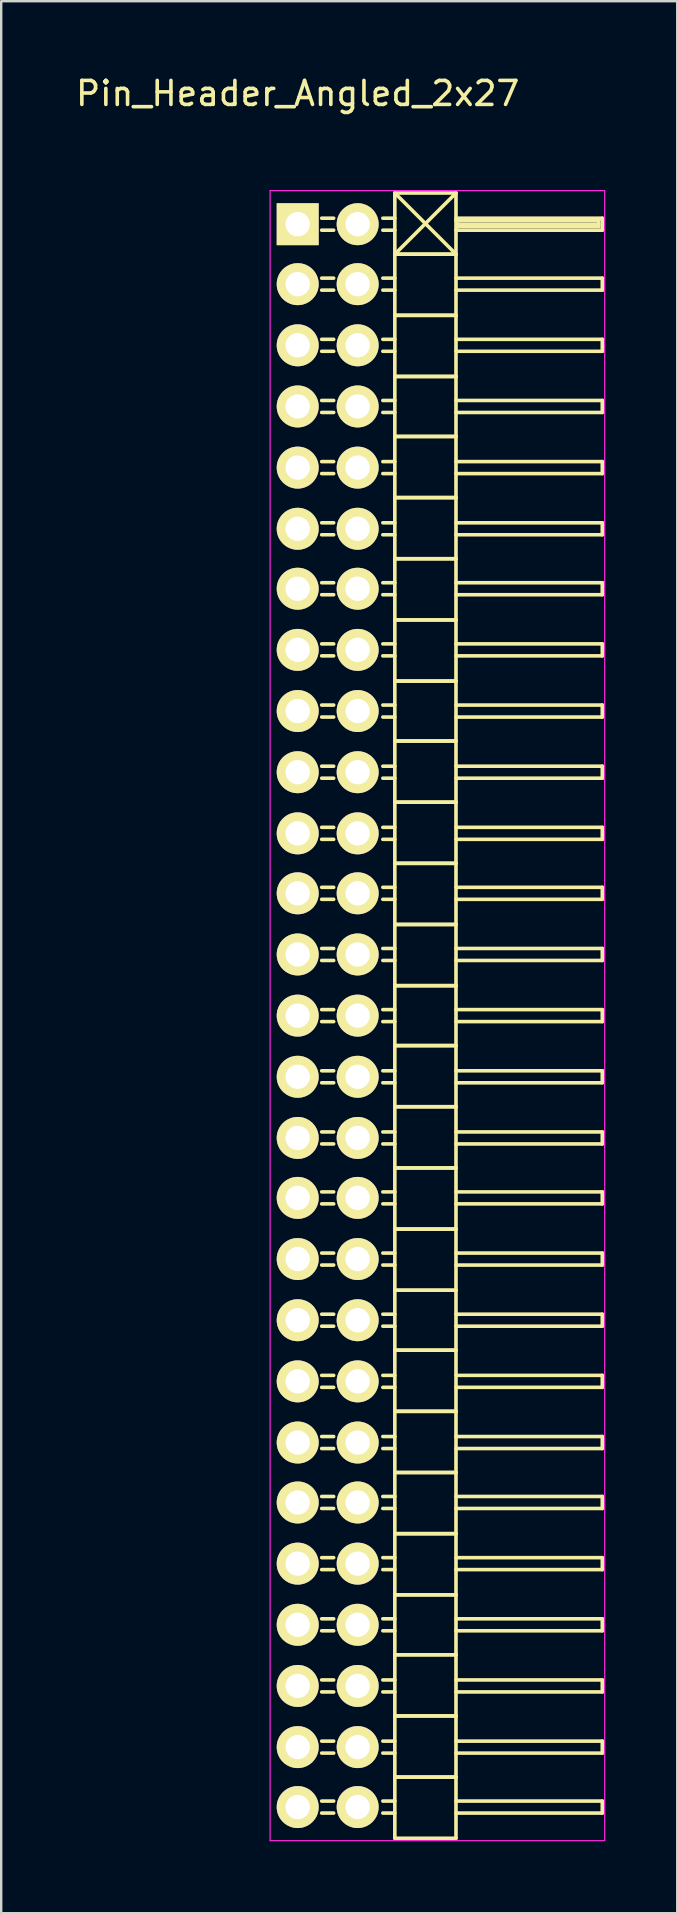
<source format=kicad_pcb>
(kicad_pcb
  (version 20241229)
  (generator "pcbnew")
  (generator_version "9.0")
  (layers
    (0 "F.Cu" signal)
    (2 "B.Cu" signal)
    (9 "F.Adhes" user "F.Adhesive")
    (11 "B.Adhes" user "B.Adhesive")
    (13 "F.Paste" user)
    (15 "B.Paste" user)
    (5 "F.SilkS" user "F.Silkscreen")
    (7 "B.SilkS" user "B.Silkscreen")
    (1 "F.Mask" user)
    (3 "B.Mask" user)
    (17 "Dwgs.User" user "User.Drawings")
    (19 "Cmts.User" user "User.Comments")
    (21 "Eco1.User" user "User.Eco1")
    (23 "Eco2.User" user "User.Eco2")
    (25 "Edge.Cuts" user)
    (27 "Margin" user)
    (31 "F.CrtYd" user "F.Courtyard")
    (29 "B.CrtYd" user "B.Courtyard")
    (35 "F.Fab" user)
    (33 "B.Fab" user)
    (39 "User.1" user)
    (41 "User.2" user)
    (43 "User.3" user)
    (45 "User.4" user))
  (footprint "Pin_Header_Angled_2x27"
    (layer "F.Cu")
    (at 9.363 6.298)
    (property "Reference" "Pin_Header_Angled_2x27" (at 0 -5.45 0) (layer "F.SilkS") (effects (font (size 1 1) (thickness 0.15))))
    (attr through_hole)
    (fp_line (start 1.5 -0.25) (end 1 -0.25) (stroke (width 0.15) (type solid)) (layer "F.SilkS"))
    (fp_line (start 1.5 0.25) (end 1 0.25) (stroke (width 0.15) (type solid)) (layer "F.SilkS"))
    (fp_line (start 1.5 2.25) (end 1 2.25) (stroke (width 0.15) (type solid)) (layer "F.SilkS"))
    (fp_line (start 1.5 2.75) (end 1 2.75) (stroke (width 0.15) (type solid)) (layer "F.SilkS"))
    (fp_line (start 1.5 4.8) (end 1 4.8) (stroke (width 0.15) (type solid)) (layer "F.SilkS"))
    (fp_line (start 1.5 5.3) (end 1 5.3) (stroke (width 0.15) (type solid)) (layer "F.SilkS"))
    (fp_line (start 1.5 7.35) (end 1 7.35) (stroke (width 0.15) (type solid)) (layer "F.SilkS"))
    (fp_line (start 1.5 7.85) (end 1 7.85) (stroke (width 0.15) (type solid)) (layer "F.SilkS"))
    (fp_line (start 1.5 9.9) (end 1 9.9) (stroke (width 0.15) (type solid)) (layer "F.SilkS"))
    (fp_line (start 1.5 10.4) (end 1 10.4) (stroke (width 0.15) (type solid)) (layer "F.SilkS"))
    (fp_line (start 1.5 12.45) (end 1 12.45) (stroke (width 0.15) (type solid)) (layer "F.SilkS"))
    (fp_line (start 1.5 12.95) (end 1 12.95) (stroke (width 0.15) (type solid)) (layer "F.SilkS"))
    (fp_line (start 1.5 14.95) (end 1 14.95) (stroke (width 0.15) (type solid)) (layer "F.SilkS"))
    (fp_line (start 1.5 15.45) (end 1 15.45) (stroke (width 0.15) (type solid)) (layer "F.SilkS"))
    (fp_line (start 1.5 17.5) (end 1 17.5) (stroke (width 0.15) (type solid)) (layer "F.SilkS"))
    (fp_line (start 1.5 18) (end 1 18) (stroke (width 0.15) (type solid)) (layer "F.SilkS"))
    (fp_line (start 1.5 20.05) (end 1 20.05) (stroke (width 0.15) (type solid)) (layer "F.SilkS"))
    (fp_line (start 1.5 20.55) (end 1 20.55) (stroke (width 0.15) (type solid)) (layer "F.SilkS"))
    (fp_line (start 1.5 22.6) (end 1 22.6) (stroke (width 0.15) (type solid)) (layer "F.SilkS"))
    (fp_line (start 1.5 23.1) (end 1 23.1) (stroke (width 0.15) (type solid)) (layer "F.SilkS"))
    (fp_line (start 1.5 25.15) (end 1 25.15) (stroke (width 0.15) (type solid)) (layer "F.SilkS"))
    (fp_line (start 1.5 25.65) (end 1 25.65) (stroke (width 0.15) (type solid)) (layer "F.SilkS"))
    (fp_line (start 1.5 27.65) (end 1 27.65) (stroke (width 0.15) (type solid)) (layer "F.SilkS"))
    (fp_line (start 1.5 28.15) (end 1 28.15) (stroke (width 0.15) (type solid)) (layer "F.SilkS"))
    (fp_line (start 1.5 30.2) (end 1 30.2) (stroke (width 0.15) (type solid)) (layer "F.SilkS"))
    (fp_line (start 1.5 30.7) (end 1 30.7) (stroke (width 0.15) (type solid)) (layer "F.SilkS"))
    (fp_line (start 1.5 32.75) (end 1 32.75) (stroke (width 0.15) (type solid)) (layer "F.SilkS"))
    (fp_line (start 1.5 33.25) (end 1 33.25) (stroke (width 0.15) (type solid)) (layer "F.SilkS"))
    (fp_line (start 1.5 35.3) (end 1 35.3) (stroke (width 0.15) (type solid)) (layer "F.SilkS"))
    (fp_line (start 1.5 35.8) (end 1 35.8) (stroke (width 0.15) (type solid)) (layer "F.SilkS"))
    (fp_line (start 1.5 37.85) (end 1 37.85) (stroke (width 0.15) (type solid)) (layer "F.SilkS"))
    (fp_line (start 1.5 38.35) (end 1 38.35) (stroke (width 0.15) (type solid)) (layer "F.SilkS"))
    (fp_line (start 1.5 40.35) (end 1 40.35) (stroke (width 0.15) (type solid)) (layer "F.SilkS"))
    (fp_line (start 1.5 40.85) (end 1 40.85) (stroke (width 0.15) (type solid)) (layer "F.SilkS"))
    (fp_line (start 1.5 42.9) (end 1 42.9) (stroke (width 0.15) (type solid)) (layer "F.SilkS"))
    (fp_line (start 1.5 43.4) (end 1 43.4) (stroke (width 0.15) (type solid)) (layer "F.SilkS"))
    (fp_line (start 1.5 45.45) (end 1 45.45) (stroke (width 0.15) (type solid)) (layer "F.SilkS"))
    (fp_line (start 1.5 45.95) (end 1 45.95) (stroke (width 0.15) (type solid)) (layer "F.SilkS"))
    (fp_line (start 1.5 48) (end 1 48) (stroke (width 0.15) (type solid)) (layer "F.SilkS"))
    (fp_line (start 1.5 48.5) (end 1 48.5) (stroke (width 0.15) (type solid)) (layer "F.SilkS"))
    (fp_line (start 1.5 50.55) (end 1 50.55) (stroke (width 0.15) (type solid)) (layer "F.SilkS"))
    (fp_line (start 1.5 51.05) (end 1 51.05) (stroke (width 0.15) (type solid)) (layer "F.SilkS"))
    (fp_line (start 1.5 53.05) (end 1 53.05) (stroke (width 0.15) (type solid)) (layer "F.SilkS"))
    (fp_line (start 1.5 53.55) (end 1 53.55) (stroke (width 0.15) (type solid)) (layer "F.SilkS"))
    (fp_line (start 1.5 55.6) (end 1 55.6) (stroke (width 0.15) (type solid)) (layer "F.SilkS"))
    (fp_line (start 1.5 56.1) (end 1 56.1) (stroke (width 0.15) (type solid)) (layer "F.SilkS"))
    (fp_line (start 1.5 58.15) (end 1 58.15) (stroke (width 0.15) (type solid)) (layer "F.SilkS"))
    (fp_line (start 1.5 58.65) (end 1 58.65) (stroke (width 0.15) (type solid)) (layer "F.SilkS"))
    (fp_line (start 1.5 60.7) (end 1 60.7) (stroke (width 0.15) (type solid)) (layer "F.SilkS"))
    (fp_line (start 1.5 61.2) (end 1 61.2) (stroke (width 0.15) (type solid)) (layer "F.SilkS"))
    (fp_line (start 1.5 63.25) (end 1 63.25) (stroke (width 0.15) (type solid)) (layer "F.SilkS"))
    (fp_line (start 1.5 63.75) (end 1 63.75) (stroke (width 0.15) (type solid)) (layer "F.SilkS"))
    (fp_line (start 1.5 65.75) (end 1 65.75) (stroke (width 0.15) (type solid)) (layer "F.SilkS"))
    (fp_line (start 1.5 66.25) (end 1 66.25) (stroke (width 0.15) (type solid)) (layer "F.SilkS"))
    (fp_line (start 4.05 -1.3) (end 4.05 1.25) (stroke (width 0.15) (type solid)) (layer "F.SilkS"))
    (fp_line (start 4.05 -1.3) (end 6.6 -1.3) (stroke (width 0.15) (type solid)) (layer "F.SilkS"))
    (fp_line (start 4.05 -1.3) (end 6.6 1.25) (stroke (width 0.15) (type solid)) (layer "F.SilkS"))
    (fp_line (start 4.05 -0.25) (end 3.55 -0.25) (stroke (width 0.15) (type solid)) (layer "F.SilkS"))
    (fp_line (start 4.05 0.25) (end 3.55 0.25) (stroke (width 0.15) (type solid)) (layer "F.SilkS"))
    (fp_line (start 4.05 1.25) (end 4.05 3.8) (stroke (width 0.15) (type solid)) (layer "F.SilkS"))
    (fp_line (start 4.05 1.25) (end 6.6 1.25) (stroke (width 0.15) (type solid)) (layer "F.SilkS"))
    (fp_line (start 4.05 1.25) (end 6.6 1.25) (stroke (width 0.15) (type solid)) (layer "F.SilkS"))
    (fp_line (start 4.05 2.25) (end 3.55 2.25) (stroke (width 0.15) (type solid)) (layer "F.SilkS"))
    (fp_line (start 4.05 2.75) (end 3.55 2.75) (stroke (width 0.15) (type solid)) (layer "F.SilkS"))
    (fp_line (start 4.05 3.8) (end 4.05 6.35) (stroke (width 0.15) (type solid)) (layer "F.SilkS"))
    (fp_line (start 4.05 3.8) (end 6.6 3.8) (stroke (width 0.15) (type solid)) (layer "F.SilkS"))
    (fp_line (start 4.05 3.8) (end 6.6 3.8) (stroke (width 0.15) (type solid)) (layer "F.SilkS"))
    (fp_line (start 4.05 4.8) (end 3.55 4.8) (stroke (width 0.15) (type solid)) (layer "F.SilkS"))
    (fp_line (start 4.05 5.3) (end 3.55 5.3) (stroke (width 0.15) (type solid)) (layer "F.SilkS"))
    (fp_line (start 4.05 6.35) (end 4.05 8.85) (stroke (width 0.15) (type solid)) (layer "F.SilkS"))
    (fp_line (start 4.05 6.35) (end 6.6 6.35) (stroke (width 0.15) (type solid)) (layer "F.SilkS"))
    (fp_line (start 4.05 6.35) (end 6.6 6.35) (stroke (width 0.15) (type solid)) (layer "F.SilkS"))
    (fp_line (start 4.05 7.35) (end 3.55 7.35) (stroke (width 0.15) (type solid)) (layer "F.SilkS"))
    (fp_line (start 4.05 7.85) (end 3.55 7.85) (stroke (width 0.15) (type solid)) (layer "F.SilkS"))
    (fp_line (start 4.05 8.85) (end 4.05 11.4) (stroke (width 0.15) (type solid)) (layer "F.SilkS"))
    (fp_line (start 4.05 8.85) (end 6.6 8.85) (stroke (width 0.15) (type solid)) (layer "F.SilkS"))
    (fp_line (start 4.05 8.85) (end 6.6 8.85) (stroke (width 0.15) (type solid)) (layer "F.SilkS"))
    (fp_line (start 4.05 9.9) (end 3.55 9.9) (stroke (width 0.15) (type solid)) (layer "F.SilkS"))
    (fp_line (start 4.05 10.4) (end 3.55 10.4) (stroke (width 0.15) (type solid)) (layer "F.SilkS"))
    (fp_line (start 4.05 11.4) (end 4.05 13.95) (stroke (width 0.15) (type solid)) (layer "F.SilkS"))
    (fp_line (start 4.05 11.4) (end 6.6 11.4) (stroke (width 0.15) (type solid)) (layer "F.SilkS"))
    (fp_line (start 4.05 11.4) (end 6.6 11.4) (stroke (width 0.15) (type solid)) (layer "F.SilkS"))
    (fp_line (start 4.05 12.45) (end 3.55 12.45) (stroke (width 0.15) (type solid)) (layer "F.SilkS"))
    (fp_line (start 4.05 12.95) (end 3.55 12.95) (stroke (width 0.15) (type solid)) (layer "F.SilkS"))
    (fp_line (start 4.05 13.95) (end 4.05 16.5) (stroke (width 0.15) (type solid)) (layer "F.SilkS"))
    (fp_line (start 4.05 13.95) (end 6.6 13.95) (stroke (width 0.15) (type solid)) (layer "F.SilkS"))
    (fp_line (start 4.05 13.95) (end 6.6 13.95) (stroke (width 0.15) (type solid)) (layer "F.SilkS"))
    (fp_line (start 4.05 14.95) (end 3.55 14.95) (stroke (width 0.15) (type solid)) (layer "F.SilkS"))
    (fp_line (start 4.05 15.45) (end 3.55 15.45) (stroke (width 0.15) (type solid)) (layer "F.SilkS"))
    (fp_line (start 4.05 16.5) (end 4.05 19.05) (stroke (width 0.15) (type solid)) (layer "F.SilkS"))
    (fp_line (start 4.05 16.5) (end 6.6 16.5) (stroke (width 0.15) (type solid)) (layer "F.SilkS"))
    (fp_line (start 4.05 16.5) (end 6.6 16.5) (stroke (width 0.15) (type solid)) (layer "F.SilkS"))
    (fp_line (start 4.05 17.5) (end 3.55 17.5) (stroke (width 0.15) (type solid)) (layer "F.SilkS"))
    (fp_line (start 4.05 18) (end 3.55 18) (stroke (width 0.15) (type solid)) (layer "F.SilkS"))
    (fp_line (start 4.05 19.05) (end 4.05 21.55) (stroke (width 0.15) (type solid)) (layer "F.SilkS"))
    (fp_line (start 4.05 19.05) (end 6.6 19.05) (stroke (width 0.15) (type solid)) (layer "F.SilkS"))
    (fp_line (start 4.05 19.05) (end 6.6 19.05) (stroke (width 0.15) (type solid)) (layer "F.SilkS"))
    (fp_line (start 4.05 20.05) (end 3.55 20.05) (stroke (width 0.15) (type solid)) (layer "F.SilkS"))
    (fp_line (start 4.05 20.55) (end 3.55 20.55) (stroke (width 0.15) (type solid)) (layer "F.SilkS"))
    (fp_line (start 4.05 21.55) (end 4.05 24.1) (stroke (width 0.15) (type solid)) (layer "F.SilkS"))
    (fp_line (start 4.05 21.55) (end 6.6 21.55) (stroke (width 0.15) (type solid)) (layer "F.SilkS"))
    (fp_line (start 4.05 21.55) (end 6.6 21.55) (stroke (width 0.15) (type solid)) (layer "F.SilkS"))
    (fp_line (start 4.05 22.6) (end 3.55 22.6) (stroke (width 0.15) (type solid)) (layer "F.SilkS"))
    (fp_line (start 4.05 23.1) (end 3.55 23.1) (stroke (width 0.15) (type solid)) (layer "F.SilkS"))
    (fp_line (start 4.05 24.1) (end 4.05 26.65) (stroke (width 0.15) (type solid)) (layer "F.SilkS"))
    (fp_line (start 4.05 24.1) (end 6.6 24.1) (stroke (width 0.15) (type solid)) (layer "F.SilkS"))
    (fp_line (start 4.05 24.1) (end 6.6 24.1) (stroke (width 0.15) (type solid)) (layer "F.SilkS"))
    (fp_line (start 4.05 25.15) (end 3.55 25.15) (stroke (width 0.15) (type solid)) (layer "F.SilkS"))
    (fp_line (start 4.05 25.65) (end 3.55 25.65) (stroke (width 0.15) (type solid)) (layer "F.SilkS"))
    (fp_line (start 4.05 26.65) (end 4.05 29.2) (stroke (width 0.15) (type solid)) (layer "F.SilkS"))
    (fp_line (start 4.05 26.65) (end 6.6 26.65) (stroke (width 0.15) (type solid)) (layer "F.SilkS"))
    (fp_line (start 4.05 26.65) (end 6.6 26.65) (stroke (width 0.15) (type solid)) (layer "F.SilkS"))
    (fp_line (start 4.05 27.65) (end 3.55 27.65) (stroke (width 0.15) (type solid)) (layer "F.SilkS"))
    (fp_line (start 4.05 28.15) (end 3.55 28.15) (stroke (width 0.15) (type solid)) (layer "F.SilkS"))
    (fp_line (start 4.05 29.2) (end 4.05 31.75) (stroke (width 0.15) (type solid)) (layer "F.SilkS"))
    (fp_line (start 4.05 29.2) (end 6.6 29.2) (stroke (width 0.15) (type solid)) (layer "F.SilkS"))
    (fp_line (start 4.05 29.2) (end 6.6 29.2) (stroke (width 0.15) (type solid)) (layer "F.SilkS"))
    (fp_line (start 4.05 30.2) (end 3.55 30.2) (stroke (width 0.15) (type solid)) (layer "F.SilkS"))
    (fp_line (start 4.05 30.7) (end 3.55 30.7) (stroke (width 0.15) (type solid)) (layer "F.SilkS"))
    (fp_line (start 4.05 31.75) (end 4.05 34.25) (stroke (width 0.15) (type solid)) (layer "F.SilkS"))
    (fp_line (start 4.05 31.75) (end 6.6 31.75) (stroke (width 0.15) (type solid)) (layer "F.SilkS"))
    (fp_line (start 4.05 31.75) (end 6.6 31.75) (stroke (width 0.15) (type solid)) (layer "F.SilkS"))
    (fp_line (start 4.05 32.75) (end 3.55 32.75) (stroke (width 0.15) (type solid)) (layer "F.SilkS"))
    (fp_line (start 4.05 33.25) (end 3.55 33.25) (stroke (width 0.15) (type solid)) (layer "F.SilkS"))
    (fp_line (start 4.05 34.25) (end 4.05 36.8) (stroke (width 0.15) (type solid)) (layer "F.SilkS"))
    (fp_line (start 4.05 34.25) (end 6.6 34.25) (stroke (width 0.15) (type solid)) (layer "F.SilkS"))
    (fp_line (start 4.05 34.25) (end 6.6 34.25) (stroke (width 0.15) (type solid)) (layer "F.SilkS"))
    (fp_line (start 4.05 35.3) (end 3.55 35.3) (stroke (width 0.15) (type solid)) (layer "F.SilkS"))
    (fp_line (start 4.05 35.8) (end 3.55 35.8) (stroke (width 0.15) (type solid)) (layer "F.SilkS"))
    (fp_line (start 4.05 36.8) (end 4.05 39.35) (stroke (width 0.15) (type solid)) (layer "F.SilkS"))
    (fp_line (start 4.05 36.8) (end 6.6 36.8) (stroke (width 0.15) (type solid)) (layer "F.SilkS"))
    (fp_line (start 4.05 36.8) (end 6.6 36.8) (stroke (width 0.15) (type solid)) (layer "F.SilkS"))
    (fp_line (start 4.05 37.85) (end 3.55 37.85) (stroke (width 0.15) (type solid)) (layer "F.SilkS"))
    (fp_line (start 4.05 38.35) (end 3.55 38.35) (stroke (width 0.15) (type solid)) (layer "F.SilkS"))
    (fp_line (start 4.05 39.35) (end 4.05 41.9) (stroke (width 0.15) (type solid)) (layer "F.SilkS"))
    (fp_line (start 4.05 39.35) (end 6.6 39.35) (stroke (width 0.15) (type solid)) (layer "F.SilkS"))
    (fp_line (start 4.05 39.35) (end 6.6 39.35) (stroke (width 0.15) (type solid)) (layer "F.SilkS"))
    (fp_line (start 4.05 40.35) (end 3.55 40.35) (stroke (width 0.15) (type solid)) (layer "F.SilkS"))
    (fp_line (start 4.05 40.85) (end 3.55 40.85) (stroke (width 0.15) (type solid)) (layer "F.SilkS"))
    (fp_line (start 4.05 41.9) (end 4.05 44.45) (stroke (width 0.15) (type solid)) (layer "F.SilkS"))
    (fp_line (start 4.05 41.9) (end 6.6 41.9) (stroke (width 0.15) (type solid)) (layer "F.SilkS"))
    (fp_line (start 4.05 41.9) (end 6.6 41.9) (stroke (width 0.15) (type solid)) (layer "F.SilkS"))
    (fp_line (start 4.05 42.9) (end 3.55 42.9) (stroke (width 0.15) (type solid)) (layer "F.SilkS"))
    (fp_line (start 4.05 43.4) (end 3.55 43.4) (stroke (width 0.15) (type solid)) (layer "F.SilkS"))
    (fp_line (start 4.05 44.45) (end 4.05 46.95) (stroke (width 0.15) (type solid)) (layer "F.SilkS"))
    (fp_line (start 4.05 44.45) (end 6.6 44.45) (stroke (width 0.15) (type solid)) (layer "F.SilkS"))
    (fp_line (start 4.05 44.45) (end 6.6 44.45) (stroke (width 0.15) (type solid)) (layer "F.SilkS"))
    (fp_line (start 4.05 45.45) (end 3.55 45.45) (stroke (width 0.15) (type solid)) (layer "F.SilkS"))
    (fp_line (start 4.05 45.95) (end 3.55 45.95) (stroke (width 0.15) (type solid)) (layer "F.SilkS"))
    (fp_line (start 4.05 46.95) (end 4.05 49.5) (stroke (width 0.15) (type solid)) (layer "F.SilkS"))
    (fp_line (start 4.05 46.95) (end 6.6 46.95) (stroke (width 0.15) (type solid)) (layer "F.SilkS"))
    (fp_line (start 4.05 46.95) (end 6.6 46.95) (stroke (width 0.15) (type solid)) (layer "F.SilkS"))
    (fp_line (start 4.05 48) (end 3.55 48) (stroke (width 0.15) (type solid)) (layer "F.SilkS"))
    (fp_line (start 4.05 48.5) (end 3.55 48.5) (stroke (width 0.15) (type solid)) (layer "F.SilkS"))
    (fp_line (start 4.05 49.5) (end 4.05 52.05) (stroke (width 0.15) (type solid)) (layer "F.SilkS"))
    (fp_line (start 4.05 49.5) (end 6.6 49.5) (stroke (width 0.15) (type solid)) (layer "F.SilkS"))
    (fp_line (start 4.05 49.5) (end 6.6 49.5) (stroke (width 0.15) (type solid)) (layer "F.SilkS"))
    (fp_line (start 4.05 50.55) (end 3.55 50.55) (stroke (width 0.15) (type solid)) (layer "F.SilkS"))
    (fp_line (start 4.05 51.05) (end 3.55 51.05) (stroke (width 0.15) (type solid)) (layer "F.SilkS"))
    (fp_line (start 4.05 52.05) (end 4.05 54.6) (stroke (width 0.15) (type solid)) (layer "F.SilkS"))
    (fp_line (start 4.05 52.05) (end 6.6 52.05) (stroke (width 0.15) (type solid)) (layer "F.SilkS"))
    (fp_line (start 4.05 52.05) (end 6.6 52.05) (stroke (width 0.15) (type solid)) (layer "F.SilkS"))
    (fp_line (start 4.05 53.05) (end 3.55 53.05) (stroke (width 0.15) (type solid)) (layer "F.SilkS"))
    (fp_line (start 4.05 53.55) (end 3.55 53.55) (stroke (width 0.15) (type solid)) (layer "F.SilkS"))
    (fp_line (start 4.05 54.6) (end 4.05 57.15) (stroke (width 0.15) (type solid)) (layer "F.SilkS"))
    (fp_line (start 4.05 54.6) (end 6.6 54.6) (stroke (width 0.15) (type solid)) (layer "F.SilkS"))
    (fp_line (start 4.05 54.6) (end 6.6 54.6) (stroke (width 0.15) (type solid)) (layer "F.SilkS"))
    (fp_line (start 4.05 55.6) (end 3.55 55.6) (stroke (width 0.15) (type solid)) (layer "F.SilkS"))
    (fp_line (start 4.05 56.1) (end 3.55 56.1) (stroke (width 0.15) (type solid)) (layer "F.SilkS"))
    (fp_line (start 4.05 57.15) (end 4.05 59.65) (stroke (width 0.15) (type solid)) (layer "F.SilkS"))
    (fp_line (start 4.05 57.15) (end 6.6 57.15) (stroke (width 0.15) (type solid)) (layer "F.SilkS"))
    (fp_line (start 4.05 57.15) (end 6.6 57.15) (stroke (width 0.15) (type solid)) (layer "F.SilkS"))
    (fp_line (start 4.05 58.15) (end 3.55 58.15) (stroke (width 0.15) (type solid)) (layer "F.SilkS"))
    (fp_line (start 4.05 58.65) (end 3.55 58.65) (stroke (width 0.15) (type solid)) (layer "F.SilkS"))
    (fp_line (start 4.05 59.65) (end 4.05 62.2) (stroke (width 0.15) (type solid)) (layer "F.SilkS"))
    (fp_line (start 4.05 59.65) (end 6.6 59.65) (stroke (width 0.15) (type solid)) (layer "F.SilkS"))
    (fp_line (start 4.05 59.65) (end 6.6 59.65) (stroke (width 0.15) (type solid)) (layer "F.SilkS"))
    (fp_line (start 4.05 60.7) (end 3.55 60.7) (stroke (width 0.15) (type solid)) (layer "F.SilkS"))
    (fp_line (start 4.05 61.2) (end 3.55 61.2) (stroke (width 0.15) (type solid)) (layer "F.SilkS"))
    (fp_line (start 4.05 62.2) (end 4.05 64.75) (stroke (width 0.15) (type solid)) (layer "F.SilkS"))
    (fp_line (start 4.05 62.2) (end 6.6 62.2) (stroke (width 0.15) (type solid)) (layer "F.SilkS"))
    (fp_line (start 4.05 62.2) (end 6.6 62.2) (stroke (width 0.15) (type solid)) (layer "F.SilkS"))
    (fp_line (start 4.05 63.25) (end 3.55 63.25) (stroke (width 0.15) (type solid)) (layer "F.SilkS"))
    (fp_line (start 4.05 63.75) (end 3.55 63.75) (stroke (width 0.15) (type solid)) (layer "F.SilkS"))
    (fp_line (start 4.05 64.75) (end 4.05 67.3) (stroke (width 0.15) (type solid)) (layer "F.SilkS"))
    (fp_line (start 4.05 64.75) (end 6.6 64.75) (stroke (width 0.15) (type solid)) (layer "F.SilkS"))
    (fp_line (start 4.05 64.75) (end 6.6 64.75) (stroke (width 0.15) (type solid)) (layer "F.SilkS"))
    (fp_line (start 4.05 65.75) (end 3.55 65.75) (stroke (width 0.15) (type solid)) (layer "F.SilkS"))
    (fp_line (start 4.05 66.25) (end 3.55 66.25) (stroke (width 0.15) (type solid)) (layer "F.SilkS"))
    (fp_line (start 4.05 67.3) (end 6.6 67.3) (stroke (width 0.15) (type solid)) (layer "F.SilkS"))
    (fp_line (start 6.6 -1.3) (end 4.05 1.25) (stroke (width 0.15) (type solid)) (layer "F.SilkS"))
    (fp_line (start 6.6 -0.25) (end 12.7 -0.25) (stroke (width 0.15) (type solid)) (layer "F.SilkS"))
    (fp_line (start 6.6 -0.15) (end 12.55 -0.15) (stroke (width 0.15) (type solid)) (layer "F.SilkS"))
    (fp_line (start 6.6 1.25) (end 6.6 -1.3) (stroke (width 0.15) (type solid)) (layer "F.SilkS"))
    (fp_line (start 6.6 2.25) (end 12.7 2.25) (stroke (width 0.15) (type solid)) (layer "F.SilkS"))
    (fp_line (start 6.6 3.8) (end 6.6 1.25) (stroke (width 0.15) (type solid)) (layer "F.SilkS"))
    (fp_line (start 6.6 4.8) (end 12.7 4.8) (stroke (width 0.15) (type solid)) (layer "F.SilkS"))
    (fp_line (start 6.6 6.35) (end 6.6 3.8) (stroke (width 0.15) (type solid)) (layer "F.SilkS"))
    (fp_line (start 6.6 7.35) (end 12.7 7.35) (stroke (width 0.15) (type solid)) (layer "F.SilkS"))
    (fp_line (start 6.6 8.85) (end 6.6 6.35) (stroke (width 0.15) (type solid)) (layer "F.SilkS"))
    (fp_line (start 6.6 9.9) (end 12.7 9.9) (stroke (width 0.15) (type solid)) (layer "F.SilkS"))
    (fp_line (start 6.6 11.4) (end 6.6 8.85) (stroke (width 0.15) (type solid)) (layer "F.SilkS"))
    (fp_line (start 6.6 12.45) (end 12.7 12.45) (stroke (width 0.15) (type solid)) (layer "F.SilkS"))
    (fp_line (start 6.6 13.95) (end 6.6 11.4) (stroke (width 0.15) (type solid)) (layer "F.SilkS"))
    (fp_line (start 6.6 14.95) (end 12.7 14.95) (stroke (width 0.15) (type solid)) (layer "F.SilkS"))
    (fp_line (start 6.6 16.5) (end 6.6 13.95) (stroke (width 0.15) (type solid)) (layer "F.SilkS"))
    (fp_line (start 6.6 17.5) (end 12.7 17.5) (stroke (width 0.15) (type solid)) (layer "F.SilkS"))
    (fp_line (start 6.6 19.05) (end 6.6 16.5) (stroke (width 0.15) (type solid)) (layer "F.SilkS"))
    (fp_line (start 6.6 20.05) (end 12.7 20.05) (stroke (width 0.15) (type solid)) (layer "F.SilkS"))
    (fp_line (start 6.6 21.55) (end 6.6 19.05) (stroke (width 0.15) (type solid)) (layer "F.SilkS"))
    (fp_line (start 6.6 22.6) (end 12.7 22.6) (stroke (width 0.15) (type solid)) (layer "F.SilkS"))
    (fp_line (start 6.6 24.1) (end 6.6 21.55) (stroke (width 0.15) (type solid)) (layer "F.SilkS"))
    (fp_line (start 6.6 25.15) (end 12.7 25.15) (stroke (width 0.15) (type solid)) (layer "F.SilkS"))
    (fp_line (start 6.6 26.65) (end 6.6 24.1) (stroke (width 0.15) (type solid)) (layer "F.SilkS"))
    (fp_line (start 6.6 27.65) (end 12.7 27.65) (stroke (width 0.15) (type solid)) (layer "F.SilkS"))
    (fp_line (start 6.6 29.2) (end 6.6 26.65) (stroke (width 0.15) (type solid)) (layer "F.SilkS"))
    (fp_line (start 6.6 30.2) (end 12.7 30.2) (stroke (width 0.15) (type solid)) (layer "F.SilkS"))
    (fp_line (start 6.6 31.75) (end 6.6 29.2) (stroke (width 0.15) (type solid)) (layer "F.SilkS"))
    (fp_line (start 6.6 32.75) (end 12.7 32.75) (stroke (width 0.15) (type solid)) (layer "F.SilkS"))
    (fp_line (start 6.6 34.25) (end 6.6 31.75) (stroke (width 0.15) (type solid)) (layer "F.SilkS"))
    (fp_line (start 6.6 35.3) (end 12.7 35.3) (stroke (width 0.15) (type solid)) (layer "F.SilkS"))
    (fp_line (start 6.6 36.8) (end 6.6 34.25) (stroke (width 0.15) (type solid)) (layer "F.SilkS"))
    (fp_line (start 6.6 37.85) (end 12.7 37.85) (stroke (width 0.15) (type solid)) (layer "F.SilkS"))
    (fp_line (start 6.6 39.35) (end 6.6 36.8) (stroke (width 0.15) (type solid)) (layer "F.SilkS"))
    (fp_line (start 6.6 40.35) (end 12.7 40.35) (stroke (width 0.15) (type solid)) (layer "F.SilkS"))
    (fp_line (start 6.6 41.9) (end 6.6 39.35) (stroke (width 0.15) (type solid)) (layer "F.SilkS"))
    (fp_line (start 6.6 42.9) (end 12.7 42.9) (stroke (width 0.15) (type solid)) (layer "F.SilkS"))
    (fp_line (start 6.6 44.45) (end 6.6 41.9) (stroke (width 0.15) (type solid)) (layer "F.SilkS"))
    (fp_line (start 6.6 45.45) (end 12.7 45.45) (stroke (width 0.15) (type solid)) (layer "F.SilkS"))
    (fp_line (start 6.6 46.95) (end 6.6 44.45) (stroke (width 0.15) (type solid)) (layer "F.SilkS"))
    (fp_line (start 6.6 48) (end 12.7 48) (stroke (width 0.15) (type solid)) (layer "F.SilkS"))
    (fp_line (start 6.6 49.5) (end 6.6 46.95) (stroke (width 0.15) (type solid)) (layer "F.SilkS"))
    (fp_line (start 6.6 50.55) (end 12.7 50.55) (stroke (width 0.15) (type solid)) (layer "F.SilkS"))
    (fp_line (start 6.6 52.05) (end 6.6 49.5) (stroke (width 0.15) (type solid)) (layer "F.SilkS"))
    (fp_line (start 6.6 53.05) (end 12.7 53.05) (stroke (width 0.15) (type solid)) (layer "F.SilkS"))
    (fp_line (start 6.6 54.6) (end 6.6 52.05) (stroke (width 0.15) (type solid)) (layer "F.SilkS"))
    (fp_line (start 6.6 55.6) (end 12.7 55.6) (stroke (width 0.15) (type solid)) (layer "F.SilkS"))
    (fp_line (start 6.6 57.15) (end 6.6 54.6) (stroke (width 0.15) (type solid)) (layer "F.SilkS"))
    (fp_line (start 6.6 58.15) (end 12.7 58.15) (stroke (width 0.15) (type solid)) (layer "F.SilkS"))
    (fp_line (start 6.6 59.65) (end 6.6 57.15) (stroke (width 0.15) (type solid)) (layer "F.SilkS"))
    (fp_line (start 6.6 60.7) (end 12.7 60.7) (stroke (width 0.15) (type solid)) (layer "F.SilkS"))
    (fp_line (start 6.6 62.2) (end 6.6 59.65) (stroke (width 0.15) (type solid)) (layer "F.SilkS"))
    (fp_line (start 6.6 63.25) (end 12.7 63.25) (stroke (width 0.15) (type solid)) (layer "F.SilkS"))
    (fp_line (start 6.6 64.75) (end 6.6 62.2) (stroke (width 0.15) (type solid)) (layer "F.SilkS"))
    (fp_line (start 6.6 65.75) (end 12.7 65.75) (stroke (width 0.15) (type solid)) (layer "F.SilkS"))
    (fp_line (start 6.6 67.3) (end 6.6 64.75) (stroke (width 0.15) (type solid)) (layer "F.SilkS"))
    (fp_line (start 6.7 0) (end 12.55 0) (stroke (width 0.15) (type solid)) (layer "F.SilkS"))
    (fp_line (start 6.7 0.1) (end 6.7 0) (stroke (width 0.15) (type solid)) (layer "F.SilkS"))
    (fp_line (start 12.55 -0.15) (end 12.55 0.1) (stroke (width 0.15) (type solid)) (layer "F.SilkS"))
    (fp_line (start 12.55 0.1) (end 6.7 0.1) (stroke (width 0.15) (type solid)) (layer "F.SilkS"))
    (fp_line (start 12.7 -0.25) (end 12.7 0.25) (stroke (width 0.15) (type solid)) (layer "F.SilkS"))
    (fp_line (start 12.7 0.25) (end 6.6 0.25) (stroke (width 0.15) (type solid)) (layer "F.SilkS"))
    (fp_line (start 12.7 2.25) (end 12.7 2.75) (stroke (width 0.15) (type solid)) (layer "F.SilkS"))
    (fp_line (start 12.7 2.75) (end 6.6 2.75) (stroke (width 0.15) (type solid)) (layer "F.SilkS"))
    (fp_line (start 12.7 4.8) (end 12.7 5.3) (stroke (width 0.15) (type solid)) (layer "F.SilkS"))
    (fp_line (start 12.7 5.3) (end 6.6 5.3) (stroke (width 0.15) (type solid)) (layer "F.SilkS"))
    (fp_line (start 12.7 7.35) (end 12.7 7.85) (stroke (width 0.15) (type solid)) (layer "F.SilkS"))
    (fp_line (start 12.7 7.85) (end 6.6 7.85) (stroke (width 0.15) (type solid)) (layer "F.SilkS"))
    (fp_line (start 12.7 9.9) (end 12.7 10.4) (stroke (width 0.15) (type solid)) (layer "F.SilkS"))
    (fp_line (start 12.7 10.4) (end 6.6 10.4) (stroke (width 0.15) (type solid)) (layer "F.SilkS"))
    (fp_line (start 12.7 12.45) (end 12.7 12.95) (stroke (width 0.15) (type solid)) (layer "F.SilkS"))
    (fp_line (start 12.7 12.95) (end 6.6 12.95) (stroke (width 0.15) (type solid)) (layer "F.SilkS"))
    (fp_line (start 12.7 14.95) (end 12.7 15.45) (stroke (width 0.15) (type solid)) (layer "F.SilkS"))
    (fp_line (start 12.7 15.45) (end 6.6 15.45) (stroke (width 0.15) (type solid)) (layer "F.SilkS"))
    (fp_line (start 12.7 17.5) (end 12.7 18) (stroke (width 0.15) (type solid)) (layer "F.SilkS"))
    (fp_line (start 12.7 18) (end 6.6 18) (stroke (width 0.15) (type solid)) (layer "F.SilkS"))
    (fp_line (start 12.7 20.05) (end 12.7 20.55) (stroke (width 0.15) (type solid)) (layer "F.SilkS"))
    (fp_line (start 12.7 20.55) (end 6.6 20.55) (stroke (width 0.15) (type solid)) (layer "F.SilkS"))
    (fp_line (start 12.7 22.6) (end 12.7 23.1) (stroke (width 0.15) (type solid)) (layer "F.SilkS"))
    (fp_line (start 12.7 23.1) (end 6.6 23.1) (stroke (width 0.15) (type solid)) (layer "F.SilkS"))
    (fp_line (start 12.7 25.15) (end 12.7 25.65) (stroke (width 0.15) (type solid)) (layer "F.SilkS"))
    (fp_line (start 12.7 25.65) (end 6.6 25.65) (stroke (width 0.15) (type solid)) (layer "F.SilkS"))
    (fp_line (start 12.7 27.65) (end 12.7 28.15) (stroke (width 0.15) (type solid)) (layer "F.SilkS"))
    (fp_line (start 12.7 28.15) (end 6.6 28.15) (stroke (width 0.15) (type solid)) (layer "F.SilkS"))
    (fp_line (start 12.7 30.2) (end 12.7 30.7) (stroke (width 0.15) (type solid)) (layer "F.SilkS"))
    (fp_line (start 12.7 30.7) (end 6.6 30.7) (stroke (width 0.15) (type solid)) (layer "F.SilkS"))
    (fp_line (start 12.7 32.75) (end 12.7 33.25) (stroke (width 0.15) (type solid)) (layer "F.SilkS"))
    (fp_line (start 12.7 33.25) (end 6.6 33.25) (stroke (width 0.15) (type solid)) (layer "F.SilkS"))
    (fp_line (start 12.7 35.3) (end 12.7 35.8) (stroke (width 0.15) (type solid)) (layer "F.SilkS"))
    (fp_line (start 12.7 35.8) (end 6.6 35.8) (stroke (width 0.15) (type solid)) (layer "F.SilkS"))
    (fp_line (start 12.7 37.85) (end 12.7 38.35) (stroke (width 0.15) (type solid)) (layer "F.SilkS"))
    (fp_line (start 12.7 38.35) (end 6.6 38.35) (stroke (width 0.15) (type solid)) (layer "F.SilkS"))
    (fp_line (start 12.7 40.35) (end 12.7 40.85) (stroke (width 0.15) (type solid)) (layer "F.SilkS"))
    (fp_line (start 12.7 40.85) (end 6.6 40.85) (stroke (width 0.15) (type solid)) (layer "F.SilkS"))
    (fp_line (start 12.7 42.9) (end 12.7 43.4) (stroke (width 0.15) (type solid)) (layer "F.SilkS"))
    (fp_line (start 12.7 43.4) (end 6.6 43.4) (stroke (width 0.15) (type solid)) (layer "F.SilkS"))
    (fp_line (start 12.7 45.45) (end 12.7 45.95) (stroke (width 0.15) (type solid)) (layer "F.SilkS"))
    (fp_line (start 12.7 45.95) (end 6.6 45.95) (stroke (width 0.15) (type solid)) (layer "F.SilkS"))
    (fp_line (start 12.7 48) (end 12.7 48.5) (stroke (width 0.15) (type solid)) (layer "F.SilkS"))
    (fp_line (start 12.7 48.5) (end 6.6 48.5) (stroke (width 0.15) (type solid)) (layer "F.SilkS"))
    (fp_line (start 12.7 50.55) (end 12.7 51.05) (stroke (width 0.15) (type solid)) (layer "F.SilkS"))
    (fp_line (start 12.7 51.05) (end 6.6 51.05) (stroke (width 0.15) (type solid)) (layer "F.SilkS"))
    (fp_line (start 12.7 53.05) (end 12.7 53.55) (stroke (width 0.15) (type solid)) (layer "F.SilkS"))
    (fp_line (start 12.7 53.55) (end 6.6 53.55) (stroke (width 0.15) (type solid)) (layer "F.SilkS"))
    (fp_line (start 12.7 55.6) (end 12.7 56.1) (stroke (width 0.15) (type solid)) (layer "F.SilkS"))
    (fp_line (start 12.7 56.1) (end 6.6 56.1) (stroke (width 0.15) (type solid)) (layer "F.SilkS"))
    (fp_line (start 12.7 58.15) (end 12.7 58.65) (stroke (width 0.15) (type solid)) (layer "F.SilkS"))
    (fp_line (start 12.7 58.65) (end 6.6 58.65) (stroke (width 0.15) (type solid)) (layer "F.SilkS"))
    (fp_line (start 12.7 60.7) (end 12.7 61.2) (stroke (width 0.15) (type solid)) (layer "F.SilkS"))
    (fp_line (start 12.7 61.2) (end 6.6 61.2) (stroke (width 0.15) (type solid)) (layer "F.SilkS"))
    (fp_line (start 12.7 63.25) (end 12.7 63.75) (stroke (width 0.15) (type solid)) (layer "F.SilkS"))
    (fp_line (start 12.7 63.75) (end 6.6 63.75) (stroke (width 0.15) (type solid)) (layer "F.SilkS"))
    (fp_line (start 12.7 65.75) (end 12.7 66.25) (stroke (width 0.15) (type solid)) (layer "F.SilkS"))
    (fp_line (start 12.7 66.25) (end 6.6 66.25) (stroke (width 0.15) (type solid)) (layer "F.SilkS"))
    (fp_line (start -1.15 -1.4) (end -1.15 67.4) (stroke (width 0.05) (type solid)) (layer "F.CrtYd"))
    (fp_line (start -1.15 -1.4) (end 12.8 -1.4) (stroke (width 0.05) (type solid)) (layer "F.CrtYd"))
    (fp_line (start -1.15 67.4) (end 12.8 67.4) (stroke (width 0.05) (type solid)) (layer "F.CrtYd"))
    (fp_line (start 12.8 -1.4) (end 12.8 67.4) (stroke (width 0.05) (type solid)) (layer "F.CrtYd"))
    (pad "1" thru_hole rect (at 0 0) (size 1.75 1.75) (drill 1.016) (layers "*.Cu" "*.Mask" "F.SilkS"))
    (pad "2" thru_hole oval (at 2.5 0) (size 1.75 1.75) (drill 1.016) (layers "*.Cu" "*.Mask" "F.SilkS"))
    (pad "3" thru_hole oval (at 0 2.5) (size 1.75 1.75) (drill 1.016) (layers "*.Cu" "*.Mask" "F.SilkS"))
    (pad "4" thru_hole oval (at 2.5 2.5) (size 1.75 1.75) (drill 1.016) (layers "*.Cu" "*.Mask" "F.SilkS"))
    (pad "5" thru_hole oval (at 0 5.05) (size 1.75 1.75) (drill 1.016) (layers "*.Cu" "*.Mask" "F.SilkS"))
    (pad "6" thru_hole oval (at 2.5 5.05) (size 1.75 1.75) (drill 1.016) (layers "*.Cu" "*.Mask" "F.SilkS"))
    (pad "7" thru_hole oval (at 0 7.6) (size 1.75 1.75) (drill 1.016) (layers "*.Cu" "*.Mask" "F.SilkS"))
    (pad "8" thru_hole oval (at 2.5 7.6) (size 1.75 1.75) (drill 1.016) (layers "*.Cu" "*.Mask" "F.SilkS"))
    (pad "9" thru_hole oval (at 0 10.15) (size 1.75 1.75) (drill 1.016) (layers "*.Cu" "*.Mask" "F.SilkS"))
    (pad "10" thru_hole oval (at 2.5 10.15) (size 1.75 1.75) (drill 1.016) (layers "*.Cu" "*.Mask" "F.SilkS"))
    (pad "11" thru_hole oval (at 0 12.7) (size 1.75 1.75) (drill 1.016) (layers "*.Cu" "*.Mask" "F.SilkS"))
    (pad "12" thru_hole oval (at 2.5 12.7) (size 1.75 1.75) (drill 1.016) (layers "*.Cu" "*.Mask" "F.SilkS"))
    (pad "13" thru_hole oval (at 0 15.2) (size 1.75 1.75) (drill 1.016) (layers "*.Cu" "*.Mask" "F.SilkS"))
    (pad "14" thru_hole oval (at 2.5 15.2) (size 1.75 1.75) (drill 1.016) (layers "*.Cu" "*.Mask" "F.SilkS"))
    (pad "15" thru_hole oval (at 0 17.75) (size 1.75 1.75) (drill 1.016) (layers "*.Cu" "*.Mask" "F.SilkS"))
    (pad "16" thru_hole oval (at 2.5 17.75) (size 1.75 1.75) (drill 1.016) (layers "*.Cu" "*.Mask" "F.SilkS"))
    (pad "17" thru_hole oval (at 0 20.3) (size 1.75 1.75) (drill 1.016) (layers "*.Cu" "*.Mask" "F.SilkS"))
    (pad "18" thru_hole oval (at 2.5 20.3) (size 1.75 1.75) (drill 1.016) (layers "*.Cu" "*.Mask" "F.SilkS"))
    (pad "19" thru_hole oval (at 0 22.85) (size 1.75 1.75) (drill 1.016) (layers "*.Cu" "*.Mask" "F.SilkS"))
    (pad "20" thru_hole oval (at 2.5 22.85) (size 1.75 1.75) (drill 1.016) (layers "*.Cu" "*.Mask" "F.SilkS"))
    (pad "21" thru_hole oval (at 0 25.4) (size 1.75 1.75) (drill 1.016) (layers "*.Cu" "*.Mask" "F.SilkS"))
    (pad "22" thru_hole oval (at 2.5 25.4) (size 1.75 1.75) (drill 1.016) (layers "*.Cu" "*.Mask" "F.SilkS"))
    (pad "23" thru_hole oval (at 0 27.9) (size 1.75 1.75) (drill 1.016) (layers "*.Cu" "*.Mask" "F.SilkS"))
    (pad "24" thru_hole oval (at 2.5 27.9) (size 1.75 1.75) (drill 1.016) (layers "*.Cu" "*.Mask" "F.SilkS"))
    (pad "25" thru_hole oval (at 0 30.45) (size 1.75 1.75) (drill 1.016) (layers "*.Cu" "*.Mask" "F.SilkS"))
    (pad "26" thru_hole oval (at 2.5 30.45) (size 1.75 1.75) (drill 1.016) (layers "*.Cu" "*.Mask" "F.SilkS"))
    (pad "27" thru_hole oval (at 0 33) (size 1.75 1.75) (drill 1.016) (layers "*.Cu" "*.Mask" "F.SilkS"))
    (pad "28" thru_hole oval (at 2.5 33) (size 1.75 1.75) (drill 1.016) (layers "*.Cu" "*.Mask" "F.SilkS"))
    (pad "29" thru_hole oval (at 0 35.55) (size 1.75 1.75) (drill 1.016) (layers "*.Cu" "*.Mask" "F.SilkS"))
    (pad "30" thru_hole oval (at 2.5 35.55) (size 1.75 1.75) (drill 1.016) (layers "*.Cu" "*.Mask" "F.SilkS"))
    (pad "31" thru_hole oval (at 0 38.1) (size 1.75 1.75) (drill 1.016) (layers "*.Cu" "*.Mask" "F.SilkS"))
    (pad "32" thru_hole oval (at 2.5 38.1) (size 1.75 1.75) (drill 1.016) (layers "*.Cu" "*.Mask" "F.SilkS"))
    (pad "33" thru_hole oval (at 0 40.6) (size 1.75 1.75) (drill 1.016) (layers "*.Cu" "*.Mask" "F.SilkS"))
    (pad "34" thru_hole oval (at 2.5 40.6) (size 1.75 1.75) (drill 1.016) (layers "*.Cu" "*.Mask" "F.SilkS"))
    (pad "35" thru_hole oval (at 0 43.15) (size 1.75 1.75) (drill 1.016) (layers "*.Cu" "*.Mask" "F.SilkS"))
    (pad "36" thru_hole oval (at 2.5 43.15) (size 1.75 1.75) (drill 1.016) (layers "*.Cu" "*.Mask" "F.SilkS"))
    (pad "37" thru_hole oval (at 0 45.7) (size 1.75 1.75) (drill 1.016) (layers "*.Cu" "*.Mask" "F.SilkS"))
    (pad "38" thru_hole oval (at 2.5 45.7) (size 1.75 1.75) (drill 1.016) (layers "*.Cu" "*.Mask" "F.SilkS"))
    (pad "39" thru_hole oval (at 0 48.25) (size 1.75 1.75) (drill 1.016) (layers "*.Cu" "*.Mask" "F.SilkS"))
    (pad "40" thru_hole oval (at 2.5 48.25) (size 1.75 1.75) (drill 1.016) (layers "*.Cu" "*.Mask" "F.SilkS"))
    (pad "41" thru_hole oval (at 0 50.8) (size 1.75 1.75) (drill 1.016) (layers "*.Cu" "*.Mask" "F.SilkS"))
    (pad "42" thru_hole oval (at 2.5 50.8) (size 1.75 1.75) (drill 1.016) (layers "*.Cu" "*.Mask" "F.SilkS"))
    (pad "43" thru_hole oval (at 0 53.3) (size 1.75 1.75) (drill 1.016) (layers "*.Cu" "*.Mask" "F.SilkS"))
    (pad "44" thru_hole oval (at 2.5 53.3) (size 1.75 1.75) (drill 1.016) (layers "*.Cu" "*.Mask" "F.SilkS"))
    (pad "45" thru_hole oval (at 0 55.85) (size 1.75 1.75) (drill 1.016) (layers "*.Cu" "*.Mask" "F.SilkS"))
    (pad "46" thru_hole oval (at 2.5 55.85) (size 1.75 1.75) (drill 1.016) (layers "*.Cu" "*.Mask" "F.SilkS"))
    (pad "47" thru_hole oval (at 0 58.4) (size 1.75 1.75) (drill 1.016) (layers "*.Cu" "*.Mask" "F.SilkS"))
    (pad "48" thru_hole oval (at 2.5 58.4) (size 1.75 1.75) (drill 1.016) (layers "*.Cu" "*.Mask" "F.SilkS"))
    (pad "49" thru_hole oval (at 0 60.95) (size 1.75 1.75) (drill 1.016) (layers "*.Cu" "*.Mask" "F.SilkS"))
    (pad "50" thru_hole oval (at 2.5 60.95) (size 1.75 1.75) (drill 1.016) (layers "*.Cu" "*.Mask" "F.SilkS"))
    (pad "51" thru_hole oval (at 0 63.5) (size 1.75 1.75) (drill 1.016) (layers "*.Cu" "*.Mask" "F.SilkS"))
    (pad "52" thru_hole oval (at 2.5 63.5) (size 1.75 1.75) (drill 1.016) (layers "*.Cu" "*.Mask" "F.SilkS"))
    (pad "53" thru_hole oval (at 0 66) (size 1.75 1.75) (drill 1.016) (layers "*.Cu" "*.Mask" "F.SilkS"))
    (pad "54" thru_hole oval (at 2.5 66) (size 1.75 1.75) (drill 1.016) (layers "*.Cu" "*.Mask" "F.SilkS")))
  (gr_rect
    (start -3 -3)
    (end 25.188 76.723)
    (stroke (width 0.1) (type default))
    (fill no)
    (layer "Edge.Cuts")))
</source>
